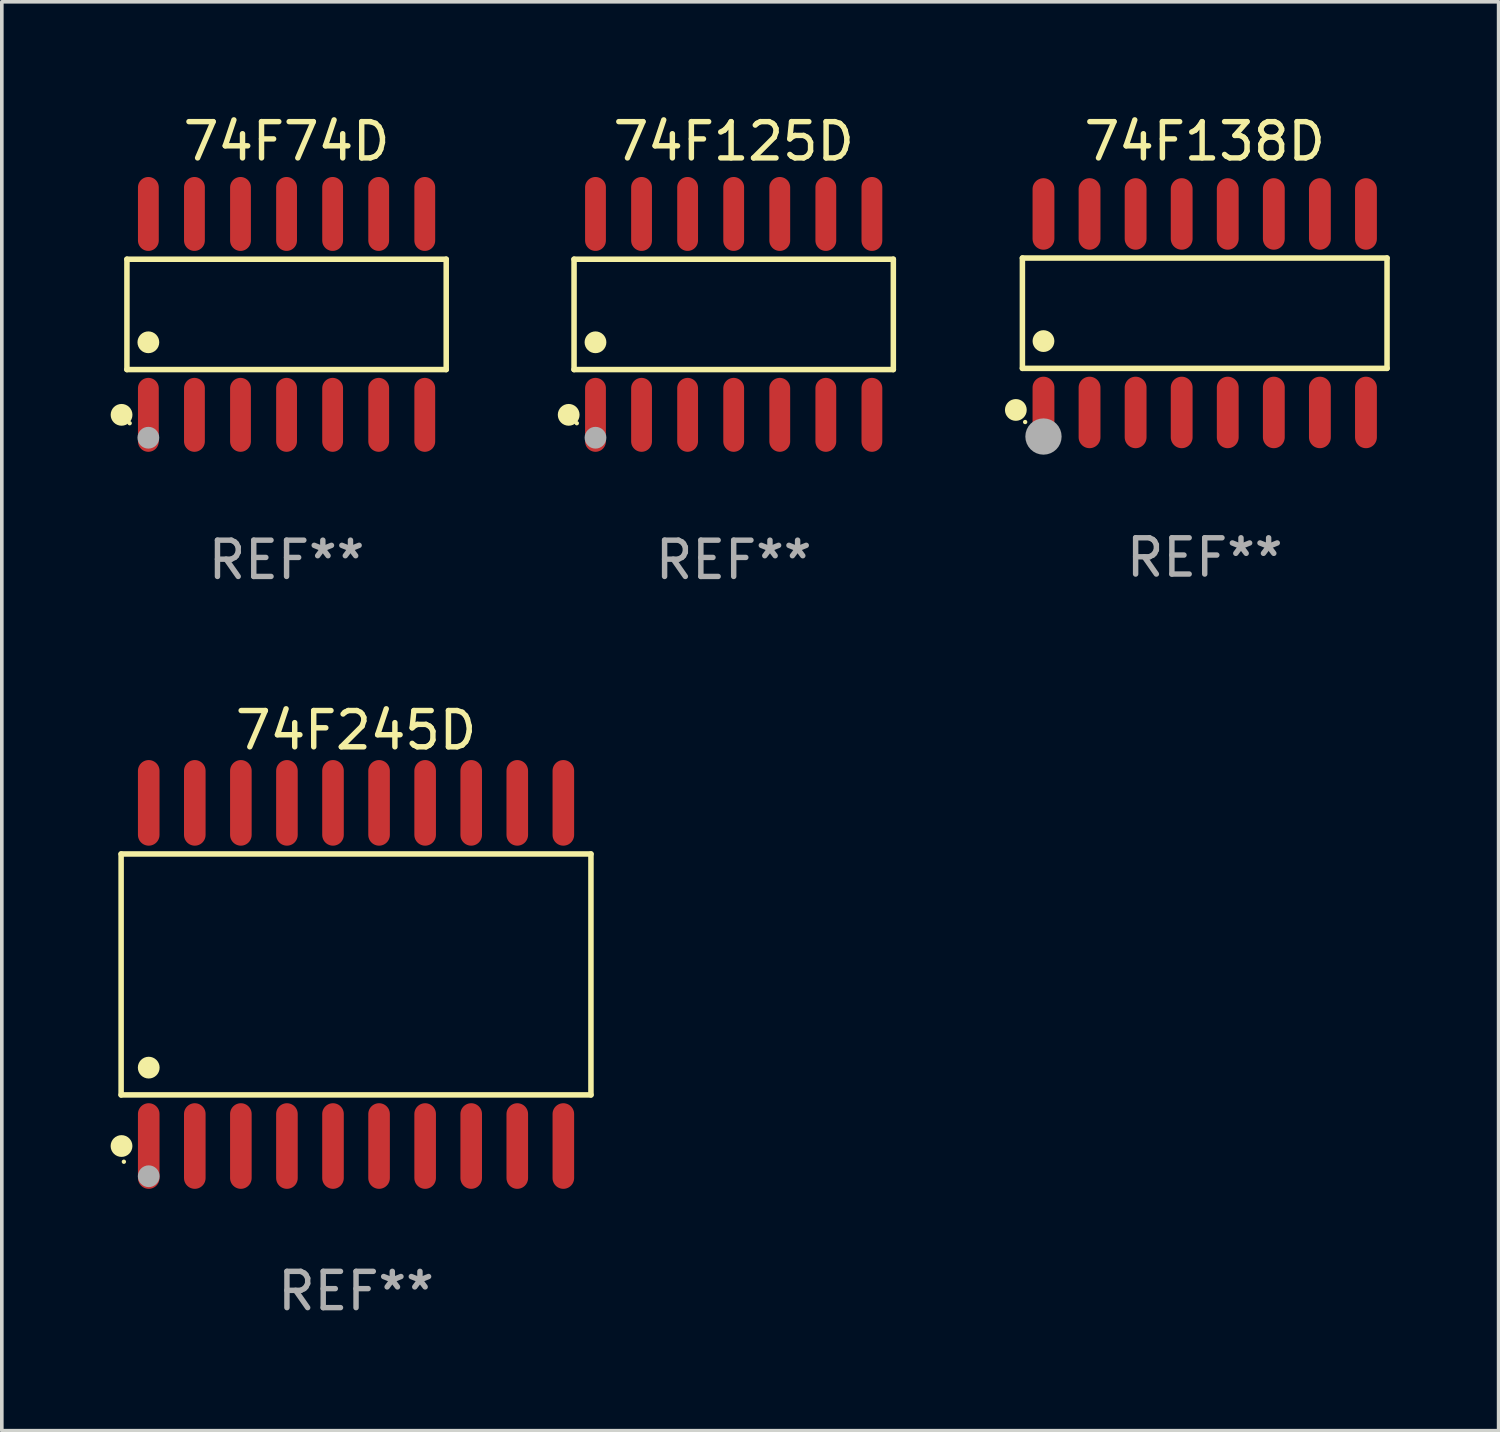
<source format=kicad_pcb>
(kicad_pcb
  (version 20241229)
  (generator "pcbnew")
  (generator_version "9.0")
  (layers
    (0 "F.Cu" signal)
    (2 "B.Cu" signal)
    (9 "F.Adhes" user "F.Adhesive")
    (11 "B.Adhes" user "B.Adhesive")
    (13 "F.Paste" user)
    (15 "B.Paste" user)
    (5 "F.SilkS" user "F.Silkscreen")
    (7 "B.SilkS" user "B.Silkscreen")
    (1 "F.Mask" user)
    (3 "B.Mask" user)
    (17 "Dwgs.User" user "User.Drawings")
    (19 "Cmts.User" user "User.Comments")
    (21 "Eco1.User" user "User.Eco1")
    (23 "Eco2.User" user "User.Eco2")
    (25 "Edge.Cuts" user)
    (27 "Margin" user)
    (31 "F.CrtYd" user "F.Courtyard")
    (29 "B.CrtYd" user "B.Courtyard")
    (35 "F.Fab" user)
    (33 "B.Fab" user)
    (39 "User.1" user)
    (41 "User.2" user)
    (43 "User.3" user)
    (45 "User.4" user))
  (footprint "74F74D"
    (layer "F.Cu")
    (at 4.85 5.617)
    (property "Reference" "74F74D" (at 0 -4.769 0) (layer "F.SilkS") (effects (font (size 1 1) (thickness 0.15))))
    (attr through_hole)
    (fp_line (start -4.401 -1.521) (end 4.401 -1.521) (stroke (width 0.152) (type solid)) (layer "F.SilkS"))
    (fp_line (start -4.401 1.521) (end -4.401 -1.521) (stroke (width 0.152) (type solid)) (layer "F.SilkS"))
    (fp_line (start 4.401 -1.521) (end 4.401 1.521) (stroke (width 0.152) (type solid)) (layer "F.SilkS"))
    (fp_line (start 4.401 1.521) (end -4.401 1.521) (stroke (width 0.152) (type solid)) (layer "F.SilkS"))
    (fp_circle (center -4.549 2.769) (end -4.399 2.769) (stroke (width 0.3) (type solid)) (fill no) (layer "F.SilkS"))
    (fp_circle (center -4.325 3) (end -4.295 3) (stroke (width 0.06) (type solid)) (fill no) (layer "F.SilkS"))
    (fp_circle (center -3.81 0.769) (end -3.66 0.769) (stroke (width 0.3) (type solid)) (fill no) (layer "F.SilkS"))
    (fp_circle (center -3.81 3.4) (end -3.66 3.4) (stroke (width 0.3) (type solid)) (fill no) (layer "F.Fab"))
    (fp_text user "REF**" (at 0 6.769 0) (layer "F.Fab") (effects (font (size 1 1) (thickness 0.15))))
    (pad "1" smd oval (at -3.81 2.769) (size 0.574 2.038) (layers "F.Cu" "F.Mask" "F.Paste"))
    (pad "2" smd oval (at -2.54 2.769) (size 0.574 2.038) (layers "F.Cu" "F.Mask" "F.Paste"))
    (pad "3" smd oval (at -1.27 2.769) (size 0.574 2.038) (layers "F.Cu" "F.Mask" "F.Paste"))
    (pad "4" smd oval (at 0 2.769) (size 0.574 2.038) (layers "F.Cu" "F.Mask" "F.Paste"))
    (pad "5" smd oval (at 1.27 2.769) (size 0.574 2.038) (layers "F.Cu" "F.Mask" "F.Paste"))
    (pad "6" smd oval (at 2.54 2.769) (size 0.574 2.038) (layers "F.Cu" "F.Mask" "F.Paste"))
    (pad "7" smd oval (at 3.81 2.769) (size 0.574 2.038) (layers "F.Cu" "F.Mask" "F.Paste"))
    (pad "8" smd oval (at 3.81 -2.769) (size 0.574 2.038) (layers "F.Cu" "F.Mask" "F.Paste"))
    (pad "9" smd oval (at 2.54 -2.769) (size 0.574 2.038) (layers "F.Cu" "F.Mask" "F.Paste"))
    (pad "10" smd oval (at 1.27 -2.769) (size 0.574 2.038) (layers "F.Cu" "F.Mask" "F.Paste"))
    (pad "11" smd oval (at 0 -2.769) (size 0.574 2.038) (layers "F.Cu" "F.Mask" "F.Paste"))
    (pad "12" smd oval (at -1.27 -2.769) (size 0.574 2.038) (layers "F.Cu" "F.Mask" "F.Paste"))
    (pad "13" smd oval (at -2.54 -2.769) (size 0.574 2.038) (layers "F.Cu" "F.Mask" "F.Paste"))
    (pad "14" smd oval (at -3.81 -2.769) (size 0.574 2.038) (layers "F.Cu" "F.Mask" "F.Paste")))
  (footprint "74F125D"
    (layer "F.Cu")
    (at 17.176 5.617)
    (property "Reference" "74F125D" (at 0 -4.769 0) (layer "F.SilkS") (effects (font (size 1 1) (thickness 0.15))))
    (attr through_hole)
    (fp_line (start -4.401 -1.521) (end 4.401 -1.521) (stroke (width 0.152) (type solid)) (layer "F.SilkS"))
    (fp_line (start -4.401 1.521) (end -4.401 -1.521) (stroke (width 0.152) (type solid)) (layer "F.SilkS"))
    (fp_line (start 4.401 -1.521) (end 4.401 1.521) (stroke (width 0.152) (type solid)) (layer "F.SilkS"))
    (fp_line (start 4.401 1.521) (end -4.401 1.521) (stroke (width 0.152) (type solid)) (layer "F.SilkS"))
    (fp_circle (center -4.549 2.769) (end -4.399 2.769) (stroke (width 0.3) (type solid)) (fill no) (layer "F.SilkS"))
    (fp_circle (center -4.325 3) (end -4.295 3) (stroke (width 0.06) (type solid)) (fill no) (layer "F.SilkS"))
    (fp_circle (center -3.81 0.769) (end -3.66 0.769) (stroke (width 0.3) (type solid)) (fill no) (layer "F.SilkS"))
    (fp_circle (center -3.81 3.4) (end -3.66 3.4) (stroke (width 0.3) (type solid)) (fill no) (layer "F.Fab"))
    (fp_text user "REF**" (at 0 6.769 0) (layer "F.Fab") (effects (font (size 1 1) (thickness 0.15))))
    (pad "1" smd oval (at -3.81 2.769) (size 0.574 2.038) (layers "F.Cu" "F.Mask" "F.Paste"))
    (pad "2" smd oval (at -2.54 2.769) (size 0.574 2.038) (layers "F.Cu" "F.Mask" "F.Paste"))
    (pad "3" smd oval (at -1.27 2.769) (size 0.574 2.038) (layers "F.Cu" "F.Mask" "F.Paste"))
    (pad "4" smd oval (at 0 2.769) (size 0.574 2.038) (layers "F.Cu" "F.Mask" "F.Paste"))
    (pad "5" smd oval (at 1.27 2.769) (size 0.574 2.038) (layers "F.Cu" "F.Mask" "F.Paste"))
    (pad "6" smd oval (at 2.54 2.769) (size 0.574 2.038) (layers "F.Cu" "F.Mask" "F.Paste"))
    (pad "7" smd oval (at 3.81 2.769) (size 0.574 2.038) (layers "F.Cu" "F.Mask" "F.Paste"))
    (pad "8" smd oval (at 3.81 -2.769) (size 0.574 2.038) (layers "F.Cu" "F.Mask" "F.Paste"))
    (pad "9" smd oval (at 2.54 -2.769) (size 0.574 2.038) (layers "F.Cu" "F.Mask" "F.Paste"))
    (pad "10" smd oval (at 1.27 -2.769) (size 0.574 2.038) (layers "F.Cu" "F.Mask" "F.Paste"))
    (pad "11" smd oval (at 0 -2.769) (size 0.574 2.038) (layers "F.Cu" "F.Mask" "F.Paste"))
    (pad "12" smd oval (at -1.27 -2.769) (size 0.574 2.038) (layers "F.Cu" "F.Mask" "F.Paste"))
    (pad "13" smd oval (at -2.54 -2.769) (size 0.574 2.038) (layers "F.Cu" "F.Mask" "F.Paste"))
    (pad "14" smd oval (at -3.81 -2.769) (size 0.574 2.038) (layers "F.Cu" "F.Mask" "F.Paste")))
  (footprint "74F138D"
    (layer "F.Cu")
    (at 30.161 5.584)
    (property "Reference" "74F138D" (at 0 -4.736 0) (layer "F.SilkS") (effects (font (size 1 1) (thickness 0.15))))
    (attr through_hole)
    (fp_line (start -5.026 -1.521) (end 5.026 -1.521) (stroke (width 0.152) (type solid)) (layer "F.SilkS"))
    (fp_line (start -5.026 1.521) (end -5.026 -1.521) (stroke (width 0.152) (type solid)) (layer "F.SilkS"))
    (fp_line (start 5.026 -1.521) (end 5.026 1.521) (stroke (width 0.152) (type solid)) (layer "F.SilkS"))
    (fp_line (start 5.026 1.521) (end -5.026 1.521) (stroke (width 0.152) (type solid)) (layer "F.SilkS"))
    (fp_circle (center -5.207 2.667) (end -5.057 2.667) (stroke (width 0.3) (type solid)) (fill no) (layer "F.SilkS"))
    (fp_circle (center -4.95 3) (end -4.92 3) (stroke (width 0.06) (type solid)) (fill no) (layer "F.SilkS"))
    (fp_circle (center -4.445 0.769) (end -4.295 0.769) (stroke (width 0.3) (type solid)) (fill no) (layer "F.SilkS"))
    (fp_circle (center -4.445 3.4) (end -4.195 3.4) (stroke (width 0.5) (type solid)) (fill no) (layer "F.Fab"))
    (fp_text user "REF**" (at 0 6.736 0) (layer "F.Fab") (effects (font (size 1 1) (thickness 0.15))))
    (pad "1" smd oval (at -4.445 2.736) (size 0.602 1.971) (layers "F.Cu" "F.Mask" "F.Paste"))
    (pad "2" smd oval (at -3.175 2.736) (size 0.602 1.971) (layers "F.Cu" "F.Mask" "F.Paste"))
    (pad "3" smd oval (at -1.905 2.736) (size 0.602 1.971) (layers "F.Cu" "F.Mask" "F.Paste"))
    (pad "4" smd oval (at -0.635 2.736) (size 0.602 1.971) (layers "F.Cu" "F.Mask" "F.Paste"))
    (pad "5" smd oval (at 0.635 2.736) (size 0.602 1.971) (layers "F.Cu" "F.Mask" "F.Paste"))
    (pad "6" smd oval (at 1.905 2.736) (size 0.602 1.971) (layers "F.Cu" "F.Mask" "F.Paste"))
    (pad "7" smd oval (at 3.175 2.736) (size 0.602 1.971) (layers "F.Cu" "F.Mask" "F.Paste"))
    (pad "8" smd oval (at 4.445 2.736) (size 0.602 1.971) (layers "F.Cu" "F.Mask" "F.Paste"))
    (pad "9" smd oval (at 4.445 -2.736) (size 0.602 1.971) (layers "F.Cu" "F.Mask" "F.Paste"))
    (pad "10" smd oval (at 3.175 -2.736) (size 0.602 1.971) (layers "F.Cu" "F.Mask" "F.Paste"))
    (pad "11" smd oval (at 1.905 -2.736) (size 0.602 1.971) (layers "F.Cu" "F.Mask" "F.Paste"))
    (pad "12" smd oval (at 0.635 -2.736) (size 0.602 1.971) (layers "F.Cu" "F.Mask" "F.Paste"))
    (pad "13" smd oval (at -0.635 -2.736) (size 0.602 1.971) (layers "F.Cu" "F.Mask" "F.Paste"))
    (pad "14" smd oval (at -1.905 -2.736) (size 0.602 1.971) (layers "F.Cu" "F.Mask" "F.Paste"))
    (pad "15" smd oval (at -3.175 -2.736) (size 0.602 1.971) (layers "F.Cu" "F.Mask" "F.Paste"))
    (pad "16" smd oval (at -4.445 -2.736) (size 0.602 1.971) (layers "F.Cu" "F.Mask" "F.Paste")))
  (footprint "74F245D"
    (layer "F.Cu")
    (at 6.765 23.813)
    (property "Reference" "74F245D" (at 0 -6.73 0) (layer "F.SilkS") (effects (font (size 1 1) (thickness 0.15))))
    (attr through_hole)
    (fp_line (start -6.476 -3.321) (end 6.476 -3.321) (stroke (width 0.152) (type solid)) (layer "F.SilkS"))
    (fp_line (start -6.476 3.321) (end -6.476 -3.321) (stroke (width 0.152) (type solid)) (layer "F.SilkS"))
    (fp_line (start 6.476 -3.321) (end 6.476 3.321) (stroke (width 0.152) (type solid)) (layer "F.SilkS"))
    (fp_line (start 6.476 3.321) (end -6.476 3.321) (stroke (width 0.152) (type solid)) (layer "F.SilkS"))
    (fp_circle (center -6.465 4.73) (end -6.315 4.73) (stroke (width 0.3) (type solid)) (fill no) (layer "F.SilkS"))
    (fp_circle (center -6.4 5.163) (end -6.37 5.163) (stroke (width 0.06) (type solid)) (fill no) (layer "F.SilkS"))
    (fp_circle (center -5.715 2.569) (end -5.565 2.569) (stroke (width 0.3) (type solid)) (fill no) (layer "F.SilkS"))
    (fp_circle (center -5.715 5.563) (end -5.565 5.563) (stroke (width 0.3) (type solid)) (fill no) (layer "F.Fab"))
    (fp_text user "REF**" (at 0 8.73 0) (layer "F.Fab") (effects (font (size 1 1) (thickness 0.15))))
    (pad "1" smd oval (at -5.715 4.73) (size 0.595 2.36) (layers "F.Cu" "F.Mask" "F.Paste"))
    (pad "2" smd oval (at -4.445 4.73) (size 0.595 2.36) (layers "F.Cu" "F.Mask" "F.Paste"))
    (pad "3" smd oval (at -3.175 4.73) (size 0.595 2.36) (layers "F.Cu" "F.Mask" "F.Paste"))
    (pad "4" smd oval (at -1.905 4.73) (size 0.595 2.36) (layers "F.Cu" "F.Mask" "F.Paste"))
    (pad "5" smd oval (at -0.635 4.73) (size 0.595 2.36) (layers "F.Cu" "F.Mask" "F.Paste"))
    (pad "6" smd oval (at 0.635 4.73) (size 0.595 2.36) (layers "F.Cu" "F.Mask" "F.Paste"))
    (pad "7" smd oval (at 1.905 4.73) (size 0.595 2.36) (layers "F.Cu" "F.Mask" "F.Paste"))
    (pad "8" smd oval (at 3.175 4.73) (size 0.595 2.36) (layers "F.Cu" "F.Mask" "F.Paste"))
    (pad "9" smd oval (at 4.445 4.73) (size 0.595 2.36) (layers "F.Cu" "F.Mask" "F.Paste"))
    (pad "10" smd oval (at 5.715 4.73) (size 0.595 2.36) (layers "F.Cu" "F.Mask" "F.Paste"))
    (pad "11" smd oval (at 5.715 -4.73) (size 0.595 2.36) (layers "F.Cu" "F.Mask" "F.Paste"))
    (pad "12" smd oval (at 4.445 -4.73) (size 0.595 2.36) (layers "F.Cu" "F.Mask" "F.Paste"))
    (pad "13" smd oval (at 3.175 -4.73) (size 0.595 2.36) (layers "F.Cu" "F.Mask" "F.Paste"))
    (pad "14" smd oval (at 1.905 -4.73) (size 0.595 2.36) (layers "F.Cu" "F.Mask" "F.Paste"))
    (pad "15" smd oval (at 0.635 -4.73) (size 0.595 2.36) (layers "F.Cu" "F.Mask" "F.Paste"))
    (pad "16" smd oval (at -0.635 -4.73) (size 0.595 2.36) (layers "F.Cu" "F.Mask" "F.Paste"))
    (pad "17" smd oval (at -1.905 -4.73) (size 0.595 2.36) (layers "F.Cu" "F.Mask" "F.Paste"))
    (pad "18" smd oval (at -3.175 -4.73) (size 0.595 2.36) (layers "F.Cu" "F.Mask" "F.Paste"))
    (pad "19" smd oval (at -4.445 -4.73) (size 0.595 2.36) (layers "F.Cu" "F.Mask" "F.Paste"))
    (pad "20" smd oval (at -5.715 -4.73) (size 0.595 2.36) (layers "F.Cu" "F.Mask" "F.Paste")))
  (gr_rect
    (start -3 -3)
    (end 38.263 36.391)
    (stroke (width 0.1) (type default))
    (fill no)
    (layer "Edge.Cuts")))
</source>
